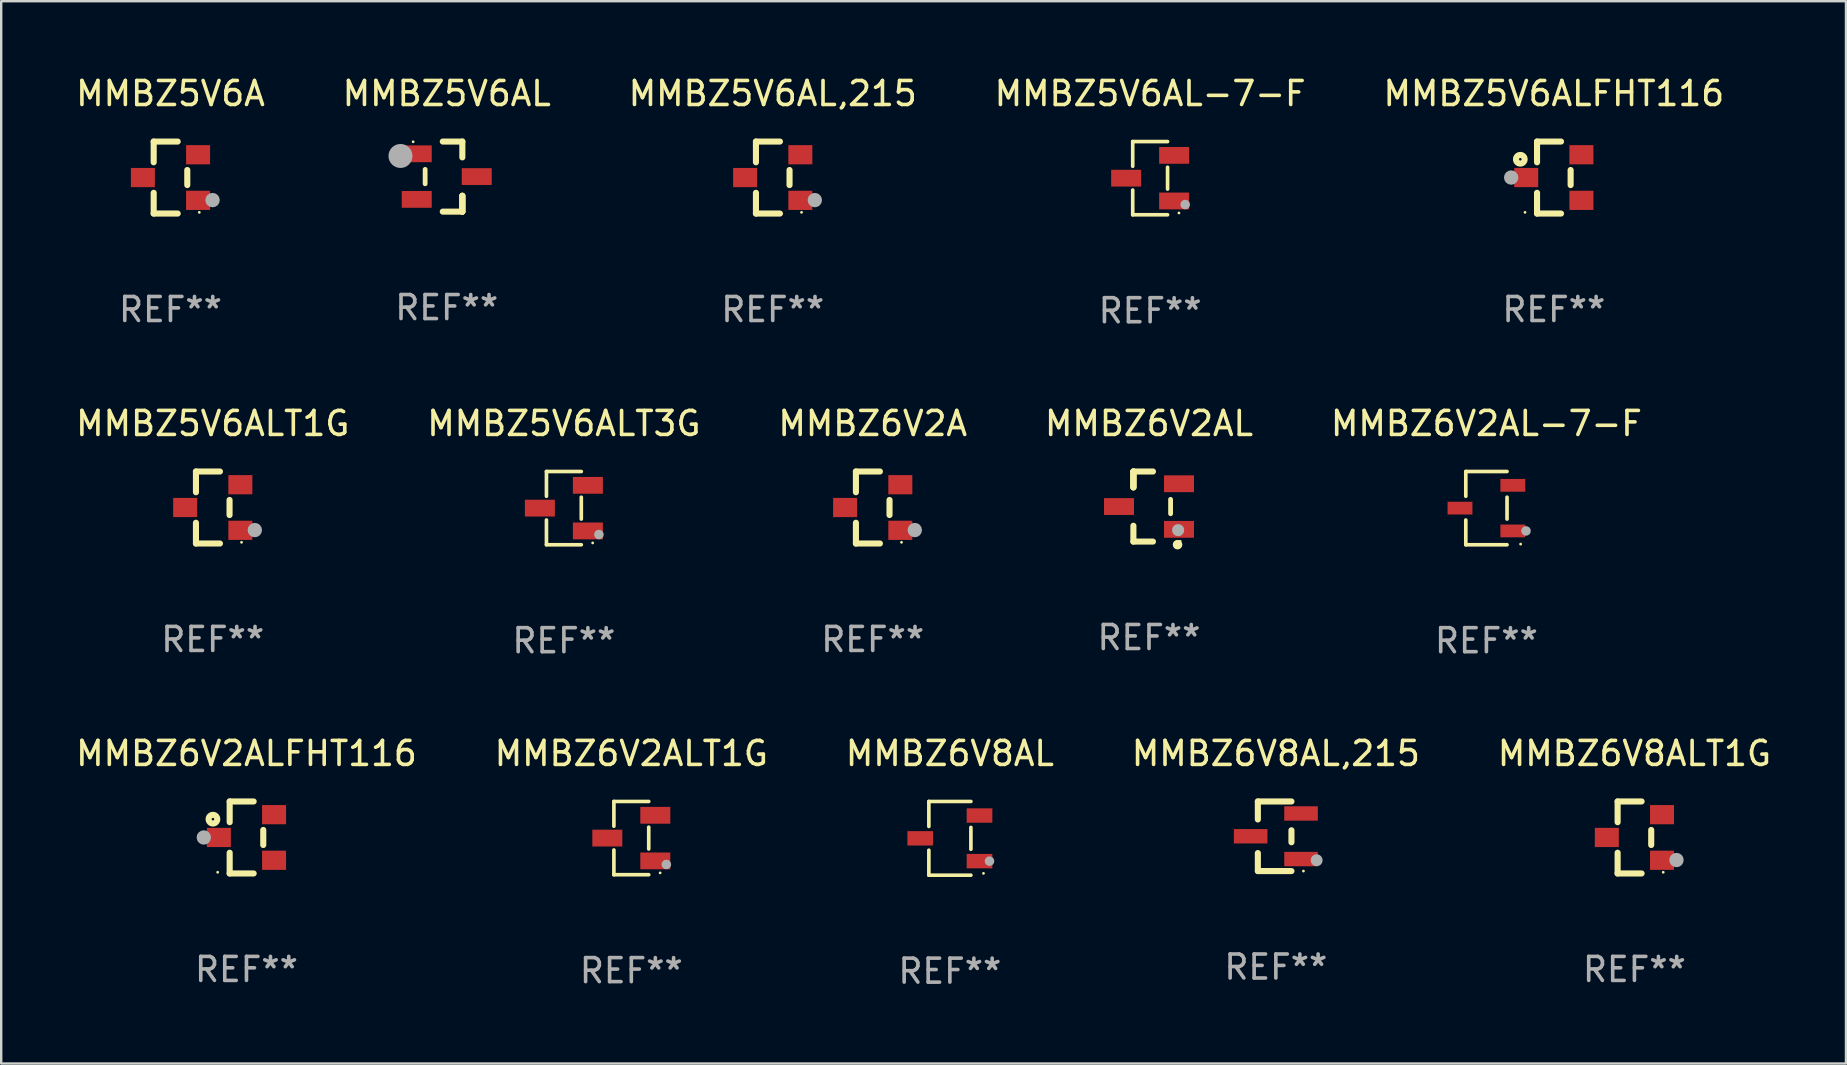
<source format=kicad_pcb>
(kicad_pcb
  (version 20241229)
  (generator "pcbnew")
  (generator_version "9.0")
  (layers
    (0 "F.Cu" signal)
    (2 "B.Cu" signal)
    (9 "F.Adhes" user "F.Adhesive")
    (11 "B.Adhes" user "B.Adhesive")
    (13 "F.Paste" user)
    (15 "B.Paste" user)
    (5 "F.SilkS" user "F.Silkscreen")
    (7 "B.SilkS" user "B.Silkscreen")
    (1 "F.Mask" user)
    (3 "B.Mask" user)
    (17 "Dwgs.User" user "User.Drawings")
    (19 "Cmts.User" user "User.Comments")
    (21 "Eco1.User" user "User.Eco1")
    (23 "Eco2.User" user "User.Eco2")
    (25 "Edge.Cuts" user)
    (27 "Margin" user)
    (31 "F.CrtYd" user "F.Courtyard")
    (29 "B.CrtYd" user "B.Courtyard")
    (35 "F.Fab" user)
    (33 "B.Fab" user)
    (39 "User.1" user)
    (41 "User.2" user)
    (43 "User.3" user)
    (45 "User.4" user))
  (footprint "MMBZ6V8AL,215"
    (layer "F.Cu")
    (at 50.113 31.796)
    (property "Reference" "MMBZ6V8AL,215" (at 0 -3.45 0) (layer "F.SilkS") (effects (font (size 1 1) (thickness 0.15))))
    (attr through_hole)
    (fp_line (start -0.75 -1.45) (end 0.65 -1.45) (stroke (width 0.254) (type solid)) (layer "F.SilkS"))
    (fp_line (start -0.75 -0.7) (end -0.75 -1.45) (stroke (width 0.254) (type solid)) (layer "F.SilkS"))
    (fp_line (start -0.75 1.45) (end -0.75 0.7) (stroke (width 0.254) (type solid)) (layer "F.SilkS"))
    (fp_line (start -0.75 1.45) (end 0.65 1.45) (stroke (width 0.254) (type solid)) (layer "F.SilkS"))
    (fp_line (start 0.65 0.25) (end 0.65 -0.25) (stroke (width 0.254) (type solid)) (layer "F.SilkS"))
    (fp_circle (center 1.15 1.45) (end 1.18 1.45) (stroke (width 0.06) (type solid)) (fill no) (layer "F.SilkS"))
    (fp_circle (center 1.7 1) (end 1.825 1) (stroke (width 0.25) (type solid)) (fill no) (layer "F.Fab"))
    (fp_text user "REF**" (at 0 5.45 0) (layer "F.Fab") (effects (font (size 1 1) (thickness 0.15))))
    (pad "1" smd rect (at 1.05 0.95) (size 1.4 0.6) (layers "F.Cu" "F.Mask" "F.Paste"))
    (pad "2" smd rect (at 1.05 -0.95) (size 1.4 0.6) (layers "F.Cu" "F.Mask" "F.Paste"))
    (pad "3" smd rect (at -1.05 0) (size 1.4 0.6) (layers "F.Cu" "F.Mask" "F.Paste")))
  (footprint "MMBZ5V6ALT3G"
    (layer "F.Cu")
    (at 20.446 18.123)
    (property "Reference" "MMBZ5V6ALT3G" (at 0 -3.526 0) (layer "F.SilkS") (effects (font (size 1 1) (thickness 0.15))))
    (attr through_hole)
    (fp_line (start -0.726 -1.526) (end -0.726 -0.495) (stroke (width 0.152) (type solid)) (layer "F.SilkS"))
    (fp_line (start -0.726 1.526) (end -0.726 0.495) (stroke (width 0.152) (type solid)) (layer "F.SilkS"))
    (fp_line (start 0.726 -1.526) (end -0.726 -1.526) (stroke (width 0.152) (type solid)) (layer "F.SilkS"))
    (fp_line (start 0.726 -0.455) (end 0.726 0.455) (stroke (width 0.152) (type solid)) (layer "F.SilkS"))
    (fp_line (start 0.726 1.526) (end -0.726 1.526) (stroke (width 0.152) (type solid)) (layer "F.SilkS"))
    (fp_circle (center 1.2 1.45) (end 1.23 1.45) (stroke (width 0.06) (type solid)) (fill no) (layer "F.SilkS"))
    (fp_circle (center 1.46 1.1) (end 1.56 1.1) (stroke (width 0.2) (type solid)) (fill no) (layer "F.Fab"))
    (fp_text user "REF**" (at 0 5.526 0) (layer "F.Fab") (effects (font (size 1 1) (thickness 0.15))))
    (pad "1" smd rect (at 1 0.95) (size 1.25 0.7) (layers "F.Cu" "F.Mask" "F.Paste"))
    (pad "2" smd rect (at 1 -0.95) (size 1.25 0.7) (layers "F.Cu" "F.Mask" "F.Paste"))
    (pad "3" smd rect (at -1 0) (size 1.25 0.7) (layers "F.Cu" "F.Mask" "F.Paste")))
  (footprint "MMBZ5V6AL"
    (layer "F.Cu")
    (at 15.565 4.308)
    (property "Reference" "MMBZ5V6AL" (at 0 -3.46 0) (layer "F.SilkS") (effects (font (size 1 1) (thickness 0.15))))
    (attr through_hole)
    (fp_line (start -0.9 -0.3) (end -0.9 0.3) (stroke (width 0.2) (type solid)) (layer "F.SilkS"))
    (fp_line (start -0.165 -1.46) (end 0.65 -1.46) (stroke (width 0.254) (type solid)) (layer "F.SilkS"))
    (fp_line (start 0.65 -1.46) (end 0.65 -0.8) (stroke (width 0.254) (type solid)) (layer "F.SilkS"))
    (fp_line (start 0.65 0.8) (end 0.65 1.46) (stroke (width 0.254) (type solid)) (layer "F.SilkS"))
    (fp_line (start 0.65 0.8) (end 0.65 1.46) (stroke (width 0.254) (type solid)) (layer "F.SilkS"))
    (fp_line (start 0.65 1.46) (end -0.165 1.46) (stroke (width 0.254) (type solid)) (layer "F.SilkS"))
    (fp_line (start 0.65 1.46) (end 0.65 0.8) (stroke (width 0.254) (type solid)) (layer "F.SilkS"))
    (fp_circle (center -1.4 -1.45) (end -1.37 -1.45) (stroke (width 0.06) (type solid)) (fill no) (layer "F.SilkS"))
    (fp_circle (center -1.928 -0.859) (end -1.678 -0.859) (stroke (width 0.5) (type solid)) (fill no) (layer "F.Fab"))
    (fp_text user "REF**" (at 0 5.46 0) (layer "F.Fab") (effects (font (size 1 1) (thickness 0.15))))
    (pad "1" smd rect (at -1.25 -0.95) (size 1.25 0.7) (layers "F.Cu" "F.Mask" "F.Paste"))
    (pad "2" smd rect (at -1.25 0.95) (size 1.25 0.7) (layers "F.Cu" "F.Mask" "F.Paste"))
    (pad "3" smd rect (at 1.25 0) (size 1.25 0.7) (layers "F.Cu" "F.Mask" "F.Paste")))
  (footprint "MMBZ5V6AL,215"
    (layer "F.Cu")
    (at 29.149 4.348)
    (property "Reference" "MMBZ5V6AL,215" (at 0 -3.5 0) (layer "F.SilkS") (effects (font (size 1 1) (thickness 0.15))))
    (attr through_hole)
    (fp_line (start -0.7 -1.5) (end 0.3 -1.5) (stroke (width 0.254) (type solid)) (layer "F.SilkS"))
    (fp_line (start -0.7 -0.636) (end -0.7 -1.5) (stroke (width 0.254) (type solid)) (layer "F.SilkS"))
    (fp_line (start -0.7 1.5) (end -0.7 0.636) (stroke (width 0.254) (type solid)) (layer "F.SilkS"))
    (fp_line (start -0.7 1.5) (end 0.3 1.5) (stroke (width 0.254) (type solid)) (layer "F.SilkS"))
    (fp_line (start 0.7 0.314) (end 0.7 -0.314) (stroke (width 0.254) (type solid)) (layer "F.SilkS"))
    (fp_circle (center 1.2 1.45) (end 1.23 1.45) (stroke (width 0.06) (type solid)) (fill no) (layer "F.SilkS"))
    (fp_circle (center 1.753 0.94) (end 1.903 0.94) (stroke (width 0.3) (type solid)) (fill no) (layer "F.Fab"))
    (fp_text user "REF**" (at 0 5.5 0) (layer "F.Fab") (effects (font (size 1 1) (thickness 0.15))))
    (pad "1" smd rect (at 1.15 0.95 180) (size 1 0.8) (layers "F.Cu" "F.Mask" "F.Paste"))
    (pad "2" smd rect (at 1.15 -0.95 180) (size 1 0.8) (layers "F.Cu" "F.Mask" "F.Paste"))
    (pad "3" smd rect (at -1.15 -0.000051 180) (size 1 0.8) (layers "F.Cu" "F.Mask" "F.Paste")))
  (footprint "MMBZ5V6ALFHT116"
    (layer "F.Cu")
    (at 61.696 4.348)
    (property "Reference" "MMBZ5V6ALFHT116" (at 0 -3.5 0) (layer "F.SilkS") (effects (font (size 1 1) (thickness 0.15))))
    (attr through_hole)
    (fp_line (start -0.7 -1.5) (end 0.3 -1.5) (stroke (width 0.254) (type solid)) (layer "F.SilkS"))
    (fp_line (start -0.7 -0.636) (end -0.7 -1.5) (stroke (width 0.254) (type solid)) (layer "F.SilkS"))
    (fp_line (start -0.7 1.5) (end -0.7 0.636) (stroke (width 0.254) (type solid)) (layer "F.SilkS"))
    (fp_line (start -0.7 1.5) (end 0.3 1.5) (stroke (width 0.254) (type solid)) (layer "F.SilkS"))
    (fp_line (start 0.7 0.314) (end 0.7 -0.314) (stroke (width 0.254) (type solid)) (layer "F.SilkS"))
    (fp_circle (center -1.397 -0.762) (end -1.217 -0.762) (stroke (width 0.254) (type solid)) (fill no) (layer "F.SilkS"))
    (fp_circle (center -1.2 1.45) (end -1.17 1.45) (stroke (width 0.06) (type solid)) (fill no) (layer "F.SilkS"))
    (fp_circle (center -1.778 -0.000051) (end -1.628 -0.000051) (stroke (width 0.3) (type solid)) (fill no) (layer "F.Fab"))
    (fp_text user "REF**" (at 0 5.5 0) (layer "F.Fab") (effects (font (size 1 1) (thickness 0.15))))
    (pad "1" smd rect (at -1.15 -0.000051 180) (size 1 0.8) (layers "F.Cu" "F.Mask" "F.Paste"))
    (pad "2" smd rect (at 1.15 0.95 180) (size 1 0.8) (layers "F.Cu" "F.Mask" "F.Paste"))
    (pad "3" smd rect (at 1.15 -0.95 180) (size 1 0.8) (layers "F.Cu" "F.Mask" "F.Paste")))
  (footprint "MMBZ6V2ALFHT116"
    (layer "F.Cu")
    (at 7.22 31.846)
    (property "Reference" "MMBZ6V2ALFHT116" (at 0 -3.5 0) (layer "F.SilkS") (effects (font (size 1 1) (thickness 0.15))))
    (attr through_hole)
    (fp_line (start -0.7 -1.5) (end 0.3 -1.5) (stroke (width 0.254) (type solid)) (layer "F.SilkS"))
    (fp_line (start -0.7 -0.636) (end -0.7 -1.5) (stroke (width 0.254) (type solid)) (layer "F.SilkS"))
    (fp_line (start -0.7 1.5) (end -0.7 0.636) (stroke (width 0.254) (type solid)) (layer "F.SilkS"))
    (fp_line (start -0.7 1.5) (end 0.3 1.5) (stroke (width 0.254) (type solid)) (layer "F.SilkS"))
    (fp_line (start 0.7 0.314) (end 0.7 -0.314) (stroke (width 0.254) (type solid)) (layer "F.SilkS"))
    (fp_circle (center -1.397 -0.762) (end -1.217 -0.762) (stroke (width 0.254) (type solid)) (fill no) (layer "F.SilkS"))
    (fp_circle (center -1.2 1.45) (end -1.17 1.45) (stroke (width 0.06) (type solid)) (fill no) (layer "F.SilkS"))
    (fp_circle (center -1.778 -0.000051) (end -1.628 -0.000051) (stroke (width 0.3) (type solid)) (fill no) (layer "F.Fab"))
    (fp_text user "REF**" (at 0 5.5 0) (layer "F.Fab") (effects (font (size 1 1) (thickness 0.15))))
    (pad "1" smd rect (at -1.15 -0.000051 180) (size 1 0.8) (layers "F.Cu" "F.Mask" "F.Paste"))
    (pad "2" smd rect (at 1.15 0.95 180) (size 1 0.8) (layers "F.Cu" "F.Mask" "F.Paste"))
    (pad "3" smd rect (at 1.15 -0.95 180) (size 1 0.8) (layers "F.Cu" "F.Mask" "F.Paste")))
  (footprint "MMBZ6V2AL"
    (layer "F.Cu")
    (at 44.827 18.057)
    (property "Reference" "MMBZ6V2AL" (at 0 -3.46 0) (layer "F.SilkS") (effects (font (size 1 1) (thickness 0.15))))
    (attr through_hole)
    (fp_line (start -0.65 -1.46) (end -0.65 -0.8) (stroke (width 0.254) (type solid)) (layer "F.SilkS"))
    (fp_line (start -0.65 -1.46) (end 0.165 -1.46) (stroke (width 0.254) (type solid)) (layer "F.SilkS"))
    (fp_line (start -0.65 -0.8) (end -0.65 -1.46) (stroke (width 0.254) (type solid)) (layer "F.SilkS"))
    (fp_line (start -0.65 -0.8) (end -0.65 -1.46) (stroke (width 0.254) (type solid)) (layer "F.SilkS"))
    (fp_line (start -0.65 1.46) (end -0.65 0.8) (stroke (width 0.254) (type solid)) (layer "F.SilkS"))
    (fp_line (start 0.165 1.46) (end -0.65 1.46) (stroke (width 0.254) (type solid)) (layer "F.SilkS"))
    (fp_line (start 0.9 0.3) (end 0.9 -0.3) (stroke (width 0.2) (type solid)) (layer "F.SilkS"))
    (fp_circle (center 1.19 1.588) (end 1.29 1.588) (stroke (width 0.2) (type solid)) (fill no) (layer "F.SilkS"))
    (fp_circle (center 1.3 1.45) (end 1.33 1.45) (stroke (width 0.06) (type solid)) (fill no) (layer "F.SilkS"))
    (fp_circle (center 1.214 0.983) (end 1.341 0.983) (stroke (width 0.254) (type solid)) (fill no) (layer "F.Fab"))
    (fp_text user "REF**" (at 0 5.46 0) (layer "F.Fab") (effects (font (size 1 1) (thickness 0.15))))
    (pad "1" smd rect (at 1.25 0.95 270) (size 0.7 1.25) (layers "F.Cu" "F.Mask" "F.Paste"))
    (pad "2" smd rect (at 1.25 -0.95 270) (size 0.7 1.25) (layers "F.Cu" "F.Mask" "F.Paste"))
    (pad "3" smd rect (at -1.25 0 270) (size 0.7 1.25) (layers "F.Cu" "F.Mask" "F.Paste")))
  (footprint "MMBZ5V6ALT1G"
    (layer "F.Cu")
    (at 5.815 18.097)
    (property "Reference" "MMBZ5V6ALT1G" (at 0 -3.5 0) (layer "F.SilkS") (effects (font (size 1 1) (thickness 0.15))))
    (attr through_hole)
    (fp_line (start -0.7 -1.5) (end 0.3 -1.5) (stroke (width 0.254) (type solid)) (layer "F.SilkS"))
    (fp_line (start -0.7 -0.636) (end -0.7 -1.5) (stroke (width 0.254) (type solid)) (layer "F.SilkS"))
    (fp_line (start -0.7 1.5) (end -0.7 0.636) (stroke (width 0.254) (type solid)) (layer "F.SilkS"))
    (fp_line (start -0.7 1.5) (end 0.3 1.5) (stroke (width 0.254) (type solid)) (layer "F.SilkS"))
    (fp_line (start 0.7 0.314) (end 0.7 -0.314) (stroke (width 0.254) (type solid)) (layer "F.SilkS"))
    (fp_circle (center 1.2 1.45) (end 1.23 1.45) (stroke (width 0.06) (type solid)) (fill no) (layer "F.SilkS"))
    (fp_circle (center 1.753 0.94) (end 1.903 0.94) (stroke (width 0.3) (type solid)) (fill no) (layer "F.Fab"))
    (fp_text user "REF**" (at 0 5.5 0) (layer "F.Fab") (effects (font (size 1 1) (thickness 0.15))))
    (pad "1" smd rect (at 1.15 0.95 180) (size 1 0.8) (layers "F.Cu" "F.Mask" "F.Paste"))
    (pad "2" smd rect (at 1.15 -0.95 180) (size 1 0.8) (layers "F.Cu" "F.Mask" "F.Paste"))
    (pad "3" smd rect (at -1.15 -0.000051 180) (size 1 0.8) (layers "F.Cu" "F.Mask" "F.Paste")))
  (footprint "MMBZ5V6AL-7-F"
    (layer "F.Cu")
    (at 44.875 4.374)
    (property "Reference" "MMBZ5V6AL-7-F" (at 0 -3.526 0) (layer "F.SilkS") (effects (font (size 1 1) (thickness 0.15))))
    (attr through_hole)
    (fp_line (start -0.726 -1.526) (end -0.726 -0.495) (stroke (width 0.152) (type solid)) (layer "F.SilkS"))
    (fp_line (start -0.726 1.526) (end -0.726 0.495) (stroke (width 0.152) (type solid)) (layer "F.SilkS"))
    (fp_line (start 0.726 -1.526) (end -0.726 -1.526) (stroke (width 0.152) (type solid)) (layer "F.SilkS"))
    (fp_line (start 0.726 -0.455) (end 0.726 0.455) (stroke (width 0.152) (type solid)) (layer "F.SilkS"))
    (fp_line (start 0.726 1.526) (end -0.726 1.526) (stroke (width 0.152) (type solid)) (layer "F.SilkS"))
    (fp_circle (center 1.2 1.45) (end 1.23 1.45) (stroke (width 0.06) (type solid)) (fill no) (layer "F.SilkS"))
    (fp_circle (center 1.46 1.1) (end 1.56 1.1) (stroke (width 0.2) (type solid)) (fill no) (layer "F.Fab"))
    (fp_text user "REF**" (at 0 5.526 0) (layer "F.Fab") (effects (font (size 1 1) (thickness 0.15))))
    (pad "1" smd rect (at 1 0.95) (size 1.25 0.7) (layers "F.Cu" "F.Mask" "F.Paste"))
    (pad "2" smd rect (at 1 -0.95) (size 1.25 0.7) (layers "F.Cu" "F.Mask" "F.Paste"))
    (pad "3" smd rect (at -1 0) (size 1.25 0.7) (layers "F.Cu" "F.Mask" "F.Paste")))
  (footprint "MMBZ6V2AL-7-F"
    (layer "F.Cu")
    (at 58.887 18.123)
    (property "Reference" "MMBZ6V2AL-7-F" (at 0 -3.526 0) (layer "F.SilkS") (effects (font (size 1 1) (thickness 0.15))))
    (attr through_hole)
    (fp_line (start -0.859 -1.526) (end -0.859 -0.495) (stroke (width 0.152) (type solid)) (layer "F.SilkS"))
    (fp_line (start -0.859 1.526) (end -0.859 0.495) (stroke (width 0.152) (type solid)) (layer "F.SilkS"))
    (fp_line (start 0.859 -1.526) (end -0.859 -1.526) (stroke (width 0.152) (type solid)) (layer "F.SilkS"))
    (fp_line (start 0.859 -0.455) (end 0.859 0.455) (stroke (width 0.152) (type solid)) (layer "F.SilkS"))
    (fp_line (start 0.859 1.526) (end -0.859 1.526) (stroke (width 0.152) (type solid)) (layer "F.SilkS"))
    (fp_circle (center 1.425 1.5) (end 1.455 1.5) (stroke (width 0.06) (type solid)) (fill no) (layer "F.SilkS"))
    (fp_circle (center 1.65 0.95) (end 1.75 0.95) (stroke (width 0.2) (type solid)) (fill no) (layer "F.Fab"))
    (fp_text user "REF**" (at 0 5.526 0) (layer "F.Fab") (effects (font (size 1 1) (thickness 0.15))))
    (pad "1" smd rect (at 1.101 0.95) (size 1.037 0.532) (layers "F.Cu" "F.Mask" "F.Paste"))
    (pad "2" smd rect (at 1.101 -0.95) (size 1.037 0.532) (layers "F.Cu" "F.Mask" "F.Paste"))
    (pad "3" smd rect (at -1.101 0) (size 1.037 0.532) (layers "F.Cu" "F.Mask" "F.Paste")))
  (footprint "MMBZ6V8ALT1G"
    (layer "F.Cu")
    (at 65.054 31.846)
    (property "Reference" "MMBZ6V8ALT1G" (at 0 -3.5 0) (layer "F.SilkS") (effects (font (size 1 1) (thickness 0.15))))
    (attr through_hole)
    (fp_line (start -0.7 -1.5) (end 0.3 -1.5) (stroke (width 0.254) (type solid)) (layer "F.SilkS"))
    (fp_line (start -0.7 -0.636) (end -0.7 -1.5) (stroke (width 0.254) (type solid)) (layer "F.SilkS"))
    (fp_line (start -0.7 1.5) (end -0.7 0.636) (stroke (width 0.254) (type solid)) (layer "F.SilkS"))
    (fp_line (start -0.7 1.5) (end 0.3 1.5) (stroke (width 0.254) (type solid)) (layer "F.SilkS"))
    (fp_line (start 0.7 0.314) (end 0.7 -0.314) (stroke (width 0.254) (type solid)) (layer "F.SilkS"))
    (fp_circle (center 1.2 1.45) (end 1.23 1.45) (stroke (width 0.06) (type solid)) (fill no) (layer "F.SilkS"))
    (fp_circle (center 1.753 0.94) (end 1.903 0.94) (stroke (width 0.3) (type solid)) (fill no) (layer "F.Fab"))
    (fp_text user "REF**" (at 0 5.5 0) (layer "F.Fab") (effects (font (size 1 1) (thickness 0.15))))
    (pad "1" smd rect (at 1.15 0.95 180) (size 1 0.8) (layers "F.Cu" "F.Mask" "F.Paste"))
    (pad "2" smd rect (at 1.15 -0.95 180) (size 1 0.8) (layers "F.Cu" "F.Mask" "F.Paste"))
    (pad "3" smd rect (at -1.15 -0.000051 180) (size 1 0.8) (layers "F.Cu" "F.Mask" "F.Paste")))
  (footprint "MMBZ6V8AL"
    (layer "F.Cu")
    (at 36.53 31.882)
    (property "Reference" "MMBZ6V8AL" (at 0 -3.536 0) (layer "F.SilkS") (effects (font (size 1 1) (thickness 0.15))))
    (attr through_hole)
    (fp_line (start -0.876 -1.536) (end -0.876 -0.495) (stroke (width 0.152) (type solid)) (layer "F.SilkS"))
    (fp_line (start -0.876 1.536) (end -0.876 0.495) (stroke (width 0.152) (type solid)) (layer "F.SilkS"))
    (fp_line (start 0.876 -1.536) (end -0.876 -1.536) (stroke (width 0.152) (type solid)) (layer "F.SilkS"))
    (fp_line (start 0.876 -0.455) (end 0.876 0.455) (stroke (width 0.152) (type solid)) (layer "F.SilkS"))
    (fp_line (start 0.876 1.536) (end -0.876 1.536) (stroke (width 0.152) (type solid)) (layer "F.SilkS"))
    (fp_circle (center 1.4 1.46) (end 1.43 1.46) (stroke (width 0.06) (type solid)) (fill no) (layer "F.SilkS"))
    (fp_circle (center 1.651 0.95) (end 1.751 0.95) (stroke (width 0.2) (type solid)) (fill no) (layer "F.Fab"))
    (fp_text user "REF**" (at 0 5.536 0) (layer "F.Fab") (effects (font (size 1 1) (thickness 0.15))))
    (pad "1" smd rect (at 1.235 0.95) (size 1.07 0.6) (layers "F.Cu" "F.Mask" "F.Paste"))
    (pad "2" smd rect (at 1.235 -0.95) (size 1.07 0.6) (layers "F.Cu" "F.Mask" "F.Paste"))
    (pad "3" smd rect (at -1.235 0) (size 1.07 0.6) (layers "F.Cu" "F.Mask" "F.Paste")))
  (footprint "MMBZ5V6A"
    (layer "F.Cu")
    (at 4.054 4.348)
    (property "Reference" "MMBZ5V6A" (at 0 -3.5 0) (layer "F.SilkS") (effects (font (size 1 1) (thickness 0.15))))
    (attr through_hole)
    (fp_line (start -0.7 -1.5) (end 0.3 -1.5) (stroke (width 0.254) (type solid)) (layer "F.SilkS"))
    (fp_line (start -0.7 -0.636) (end -0.7 -1.5) (stroke (width 0.254) (type solid)) (layer "F.SilkS"))
    (fp_line (start -0.7 1.5) (end -0.7 0.636) (stroke (width 0.254) (type solid)) (layer "F.SilkS"))
    (fp_line (start -0.7 1.5) (end 0.3 1.5) (stroke (width 0.254) (type solid)) (layer "F.SilkS"))
    (fp_line (start 0.7 0.314) (end 0.7 -0.314) (stroke (width 0.254) (type solid)) (layer "F.SilkS"))
    (fp_circle (center 1.2 1.45) (end 1.23 1.45) (stroke (width 0.06) (type solid)) (fill no) (layer "F.SilkS"))
    (fp_circle (center 1.753 0.94) (end 1.903 0.94) (stroke (width 0.3) (type solid)) (fill no) (layer "F.Fab"))
    (fp_text user "REF**" (at 0 5.5 0) (layer "F.Fab") (effects (font (size 1 1) (thickness 0.15))))
    (pad "1" smd rect (at 1.15 0.95 180) (size 1 0.8) (layers "F.Cu" "F.Mask" "F.Paste"))
    (pad "2" smd rect (at 1.15 -0.95 180) (size 1 0.8) (layers "F.Cu" "F.Mask" "F.Paste"))
    (pad "3" smd rect (at -1.15 -0.000051 180) (size 1 0.8) (layers "F.Cu" "F.Mask" "F.Paste")))
  (footprint "MMBZ6V2ALT1G"
    (layer "F.Cu")
    (at 23.256 31.872)
    (property "Reference" "MMBZ6V2ALT1G" (at 0 -3.526 0) (layer "F.SilkS") (effects (font (size 1 1) (thickness 0.15))))
    (attr through_hole)
    (fp_line (start -0.726 -1.526) (end -0.726 -0.495) (stroke (width 0.152) (type solid)) (layer "F.SilkS"))
    (fp_line (start -0.726 1.526) (end -0.726 0.495) (stroke (width 0.152) (type solid)) (layer "F.SilkS"))
    (fp_line (start 0.726 -1.526) (end -0.726 -1.526) (stroke (width 0.152) (type solid)) (layer "F.SilkS"))
    (fp_line (start 0.726 -0.455) (end 0.726 0.455) (stroke (width 0.152) (type solid)) (layer "F.SilkS"))
    (fp_line (start 0.726 1.526) (end -0.726 1.526) (stroke (width 0.152) (type solid)) (layer "F.SilkS"))
    (fp_circle (center 1.2 1.45) (end 1.23 1.45) (stroke (width 0.06) (type solid)) (fill no) (layer "F.SilkS"))
    (fp_circle (center 1.46 1.1) (end 1.56 1.1) (stroke (width 0.2) (type solid)) (fill no) (layer "F.Fab"))
    (fp_text user "REF**" (at 0 5.526 0) (layer "F.Fab") (effects (font (size 1 1) (thickness 0.15))))
    (pad "1" smd rect (at 1 0.95) (size 1.25 0.7) (layers "F.Cu" "F.Mask" "F.Paste"))
    (pad "2" smd rect (at 1 -0.95) (size 1.25 0.7) (layers "F.Cu" "F.Mask" "F.Paste"))
    (pad "3" smd rect (at -1 0) (size 1.25 0.7) (layers "F.Cu" "F.Mask" "F.Paste")))
  (footprint "MMBZ6V2A"
    (layer "F.Cu")
    (at 33.315 18.097)
    (property "Reference" "MMBZ6V2A" (at 0 -3.5 0) (layer "F.SilkS") (effects (font (size 1 1) (thickness 0.15))))
    (attr through_hole)
    (fp_line (start -0.7 -1.5) (end 0.3 -1.5) (stroke (width 0.254) (type solid)) (layer "F.SilkS"))
    (fp_line (start -0.7 -0.636) (end -0.7 -1.5) (stroke (width 0.254) (type solid)) (layer "F.SilkS"))
    (fp_line (start -0.7 1.5) (end -0.7 0.636) (stroke (width 0.254) (type solid)) (layer "F.SilkS"))
    (fp_line (start -0.7 1.5) (end 0.3 1.5) (stroke (width 0.254) (type solid)) (layer "F.SilkS"))
    (fp_line (start 0.7 0.314) (end 0.7 -0.314) (stroke (width 0.254) (type solid)) (layer "F.SilkS"))
    (fp_circle (center 1.2 1.45) (end 1.23 1.45) (stroke (width 0.06) (type solid)) (fill no) (layer "F.SilkS"))
    (fp_circle (center 1.753 0.94) (end 1.903 0.94) (stroke (width 0.3) (type solid)) (fill no) (layer "F.Fab"))
    (fp_text user "REF**" (at 0 5.5 0) (layer "F.Fab") (effects (font (size 1 1) (thickness 0.15))))
    (pad "1" smd rect (at 1.15 0.95 180) (size 1 0.8) (layers "F.Cu" "F.Mask" "F.Paste"))
    (pad "2" smd rect (at 1.15 -0.95 180) (size 1 0.8) (layers "F.Cu" "F.Mask" "F.Paste"))
    (pad "3" smd rect (at -1.15 -0.000051 180) (size 1 0.8) (layers "F.Cu" "F.Mask" "F.Paste")))
  (gr_rect
    (start -3 -3)
    (end 73.869 41.267)
    (stroke (width 0.1) (type default))
    (fill no)
    (layer "Edge.Cuts")))
</source>
